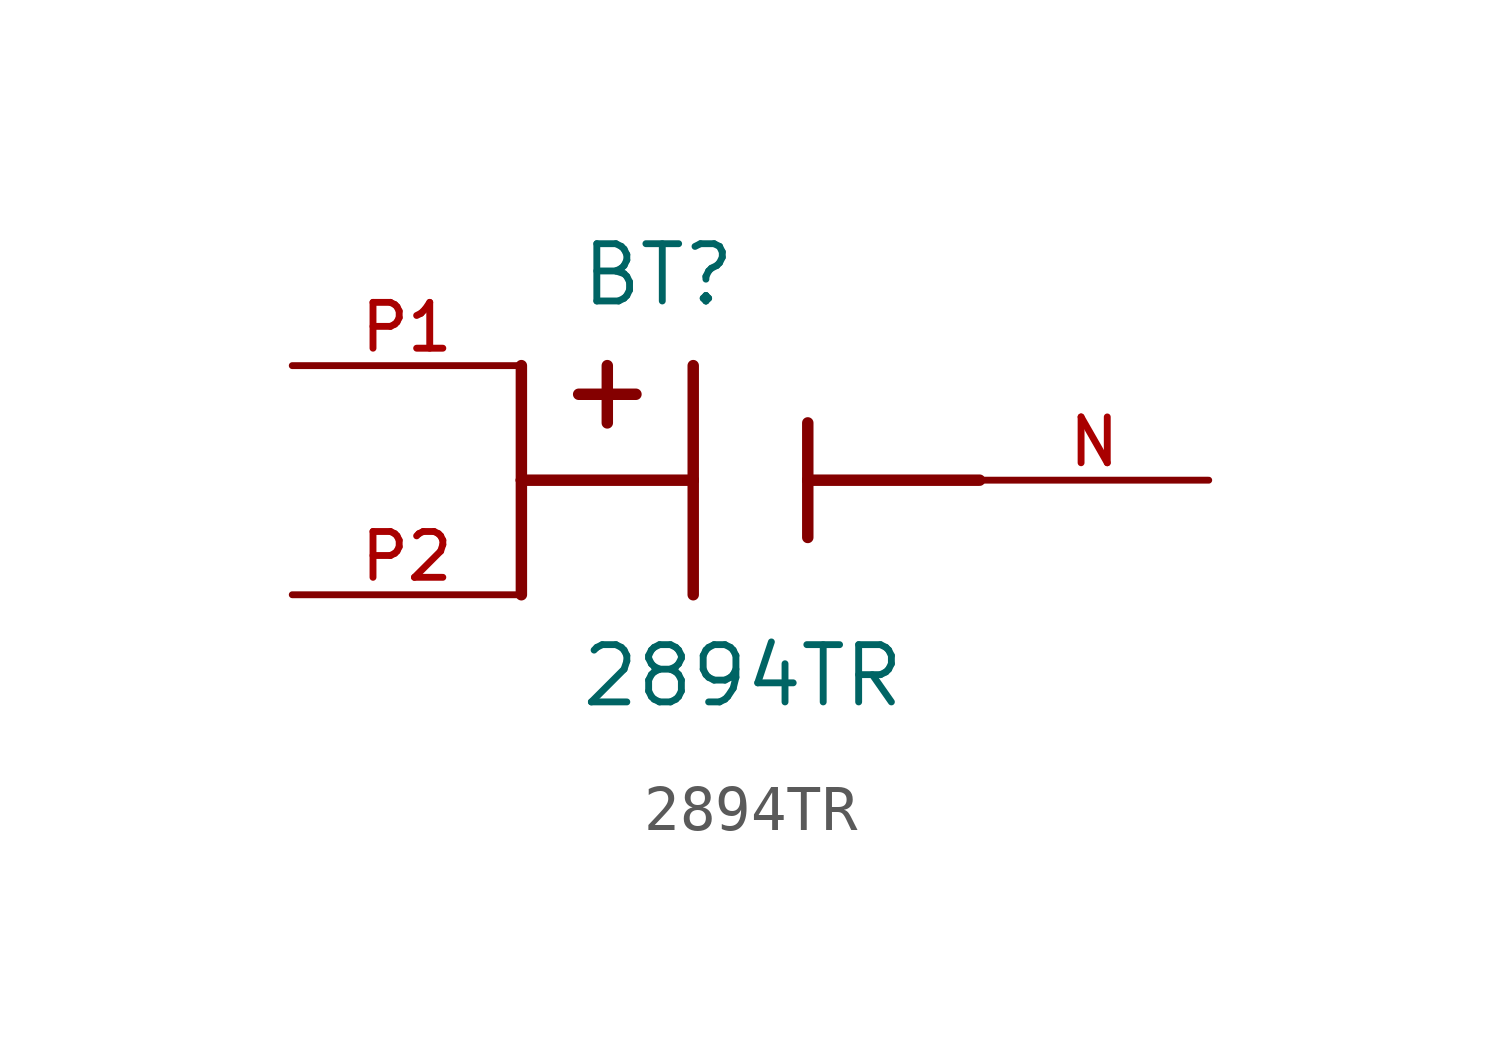
<source format=kicad_sym>
(kicad_symbol_lib
  (version 20211014)
  (generator kicad_symbol_editor)
  (symbol "2894TR"
    (pin_names
      (offset 1.016))
    (property "Reference" "BT"
      (at -3.81 3.81 0)
      (effects (font (size 1.27 1.27)) (justify bottom left)))
    (property "Value" "2894TR"
      (at -3.81 -5.08 0)
      (effects (font (size 1.27 1.27)) (justify bottom left)))
    (symbol "2894TR_0_0"
      (polyline (pts (xy -1.27 2.54) (xy -1.27 0.0)) (stroke (width 0.254)))
      (polyline (pts (xy -1.27 0.0) (xy -1.27 -2.54)) (stroke (width 0.254)))
      (polyline (pts (xy 1.27 1.27) (xy 1.27 0.0)) (stroke (width 0.254)))
      (polyline (pts (xy 1.27 0.0) (xy 1.27 -1.27)) (stroke (width 0.254)))
      (polyline (pts (xy -1.27 0.0) (xy -5.08 0.0)) (stroke (width 0.254)))
      (polyline (pts (xy -5.08 0.0) (xy -5.08 2.54)) (stroke (width 0.254)))
      (polyline (pts (xy 1.27 0.0) (xy 5.08 0.0)) (stroke (width 0.254)))
      (polyline (pts (xy -3.175 2.54) (xy -3.175 1.27)) (stroke (width 0.254)))
      (polyline (pts (xy -3.81 1.905) (xy -2.54 1.905)) (stroke (width 0.254)))
      (polyline (pts (xy -5.08 -2.54) (xy -5.08 0.0)) (stroke (width 0.254)))
      (pin passive line (at -10.16 2.54 0) (length 5.08) (name "~" (effects (font (size 1.016 1.016)))) (number "P1" (effects (font (size 1.016 1.016)))))
      (pin passive line (at 10.16 0.0 180.0) (length 5.08) (name "~" (effects (font (size 1.016 1.016)))) (number "N" (effects (font (size 1.016 1.016)))))
      (pin passive line (at -10.16 -2.54 0) (length 5.08) (name "~" (effects (font (size 1.016 1.016)))) (number "P2" (effects (font (size 1.016 1.016))))))))
</source>
